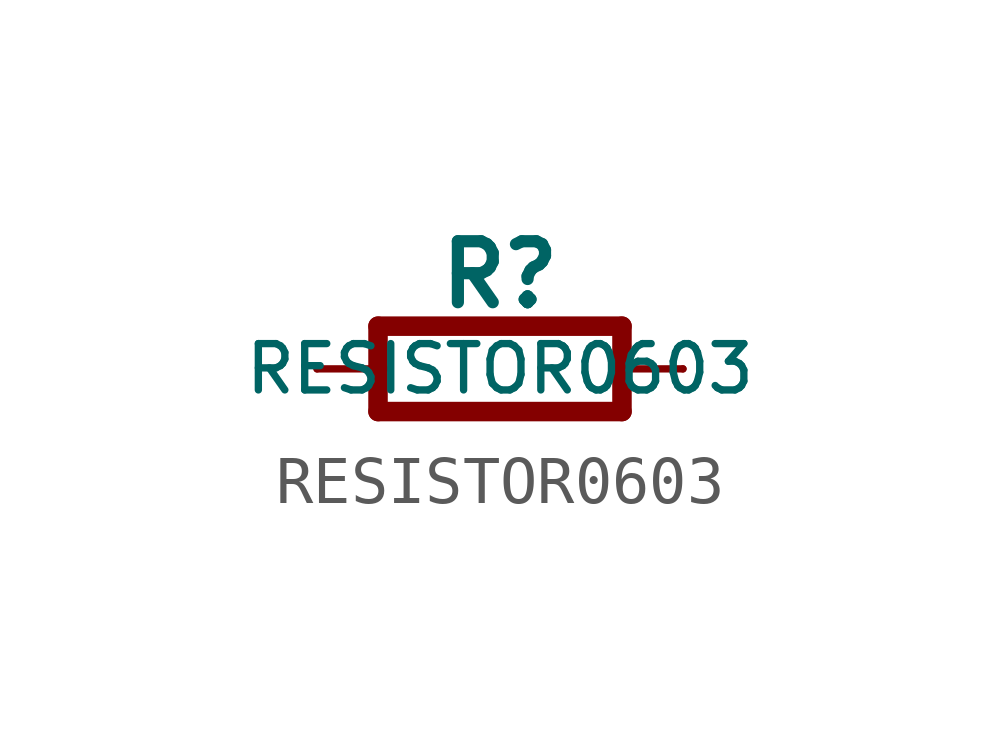
<source format=kicad_sym>
(kicad_symbol_lib
  (version 20211014)
  (generator kicad_symbol_editor)
  (symbol "RESISTOR0603"
    (property "Reference" "R"
      (at 1.27 1.219 0)
      (effects (font (size 1.27 1.27) bold) (justify bottom)))
    (property "Value" "RESISTOR0603"
      (at 1.27 0 0)
      (effects (font (size 0.965 0.965))))
    (property "ki_locked" ""
      (at 0 0 0)
      (effects (font (size 1.27 1.27))))
    (symbol "RESISTOR0603_1_0"
      (polyline (pts (xy -1.27 -0.889) (xy -1.27 0)) (stroke (width 0.406) (type default) (color 0 0 0 0)) (fill (type none)))
      (polyline (pts (xy -1.27 -0.889) (xy 3.81 -0.889)) (stroke (width 0.406) (type default) (color 0 0 0 0)) (fill (type none)))
      (polyline (pts (xy -1.27 0) (xy -2.54 0)) (stroke (width 0.152) (type default) (color 0 0 0 0)) (fill (type none)))
      (polyline (pts (xy -1.27 0) (xy -1.27 0.889)) (stroke (width 0.406) (type default) (color 0 0 0 0)) (fill (type none)))
      (polyline (pts (xy 3.81 -0.889) (xy 3.81 0)) (stroke (width 0.406) (type default) (color 0 0 0 0)) (fill (type none)))
      (polyline (pts (xy 3.81 0) (xy 3.81 0.889)) (stroke (width 0.406) (type default) (color 0 0 0 0)) (fill (type none)))
      (polyline (pts (xy 3.81 0) (xy 5.08 0)) (stroke (width 0.152) (type default) (color 0 0 0 0)) (fill (type none)))
      (polyline (pts (xy 3.81 0.889) (xy -1.27 0.889)) (stroke (width 0.406) (type default) (color 0 0 0 0)) (fill (type none)))
      (pin passive line (at -2.54 0 0) (length 0) (name "1" (effects (font (size 0 0)))) (number "1" (effects (font (size 0 0)))))
      (pin passive line (at 5.08 0 180) (length 0) (name "2" (effects (font (size 0 0)))) (number "2" (effects (font (size 0 0))))))))
</source>
